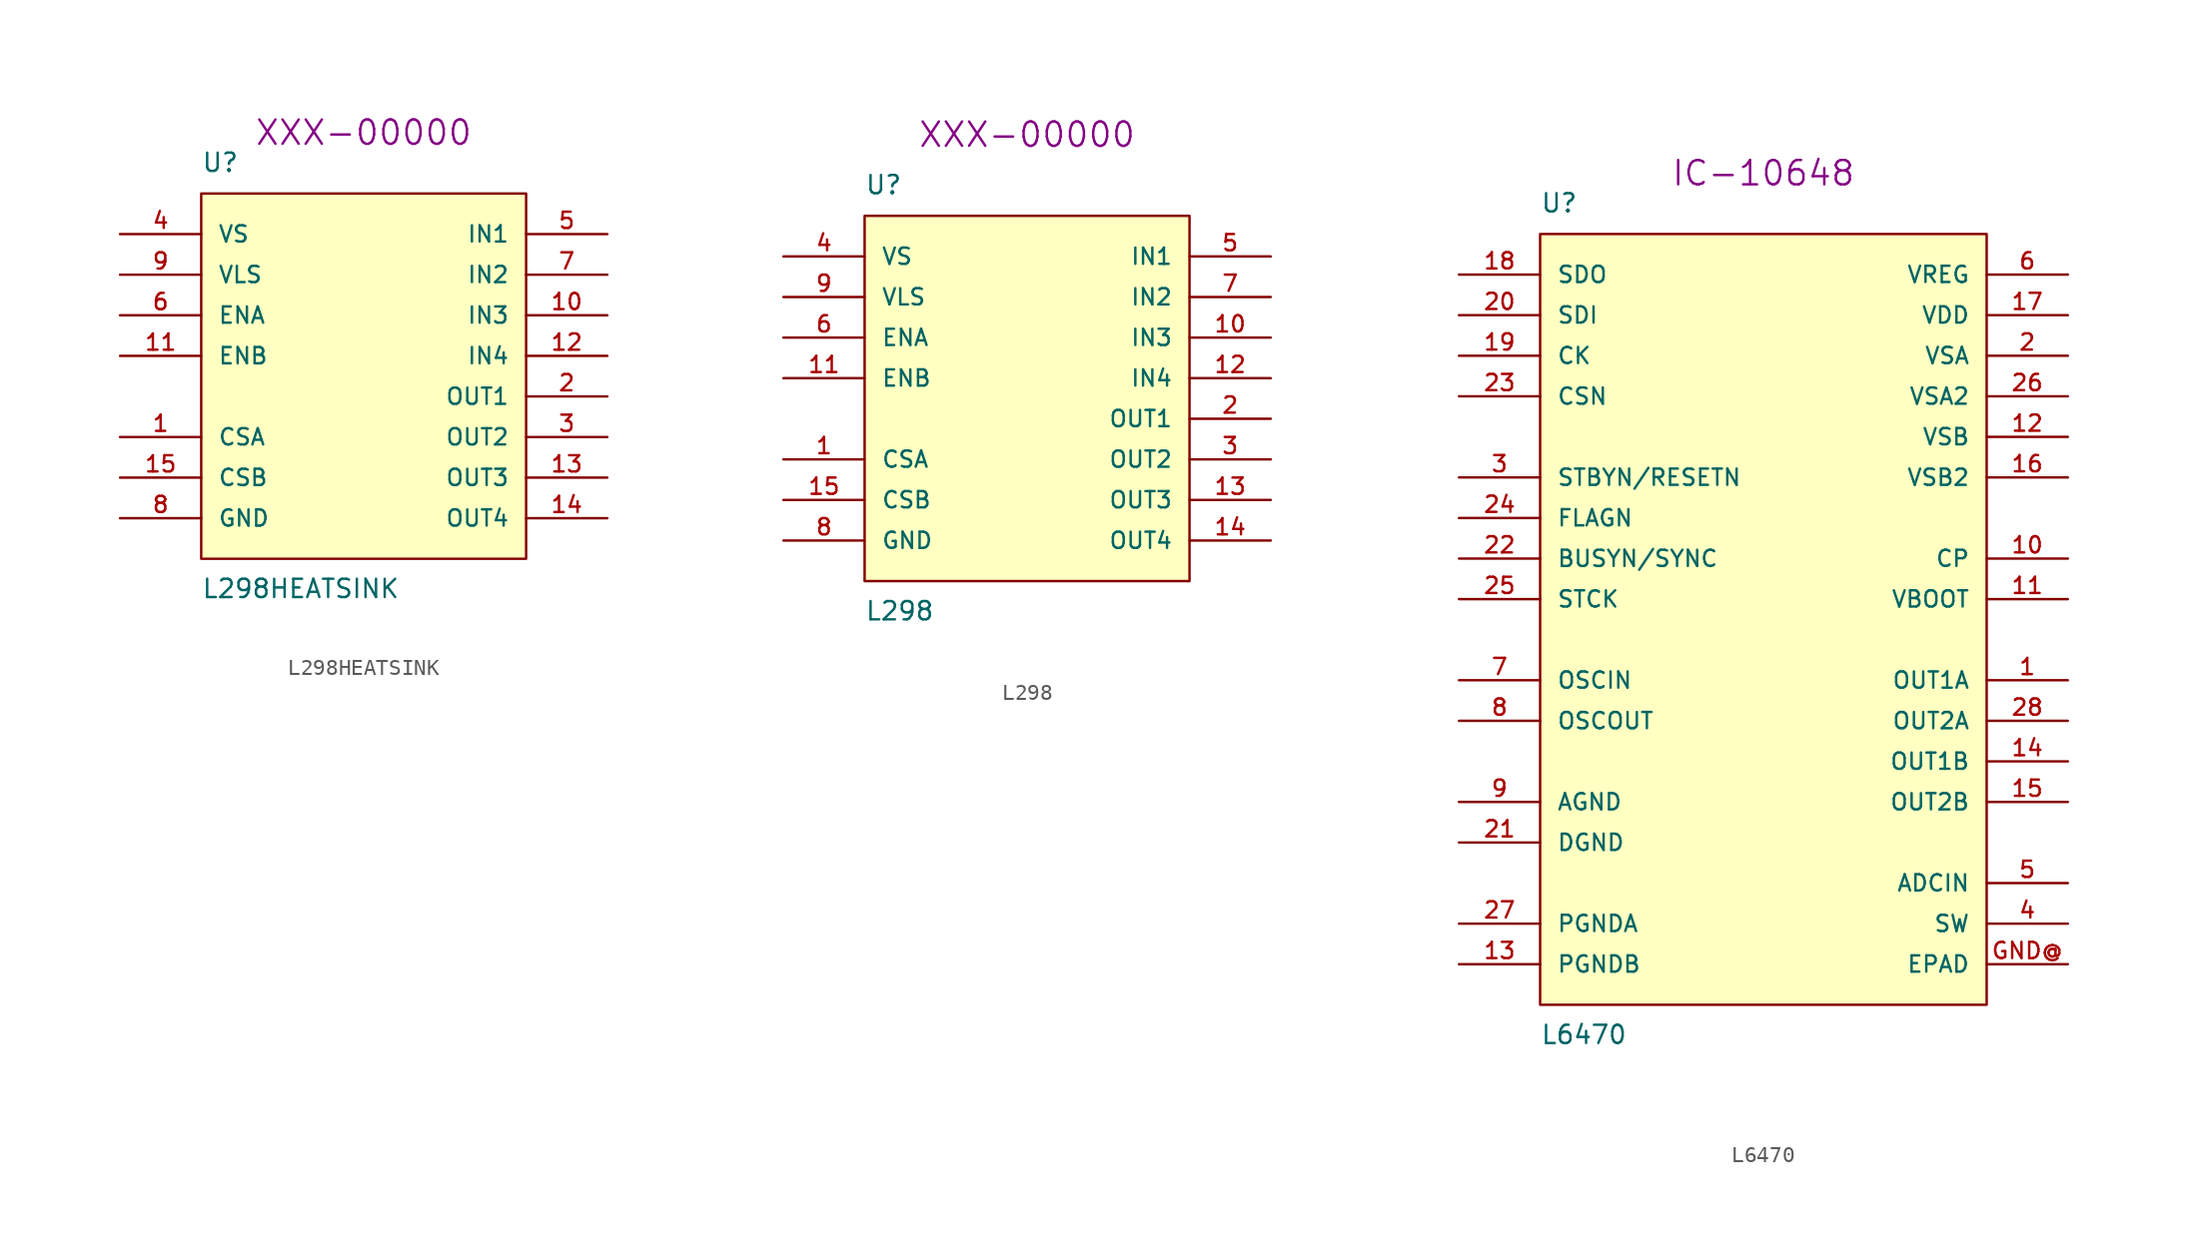
<source format=kicad_sym>
(kicad_symbol_lib
  (version 20201005)
  (generator kicad_symbol_editor)
  (symbol "L298HEATSINK"
    (pin_names
      (offset 1.016))
    (property "Reference" "U"
      (at -10.16 11.43 0)
      (effects (font (size 1.143 1.143)) (justify left bottom)))
    (property "Value" "L298HEATSINK"
      (at -10.16 -15.24 0)
      (effects (font (size 1.143 1.143)) (justify left bottom)))
    (property "Field4" "XXX-00000"
      (at 0 13.97 0)
      (effects (font (size 1.524 1.524))))
    (property "ki_locked" ""
      (at 0 0 0)
      (effects (font (size 1.27 1.27))))
    (symbol "L298HEATSINK_1_1"
      (polyline (pts (xy -10.16 -12.7) (xy -10.16 10.16) (xy 10.16 10.16) (xy 10.16 -12.7) (xy -10.16 -12.7)) (stroke (width 0)) (fill (type background)))
      (pin bidirectional line (at -15.24 -5.08 0) (length 5.08) (name "CSA" (effects (font (size 1.016 1.016)))) (number "1" (effects (font (size 1.016 1.016)))))
      (pin bidirectional line (at 15.24 -2.54 180) (length 5.08) (name "OUT1" (effects (font (size 1.016 1.016)))) (number "2" (effects (font (size 1.016 1.016)))))
      (pin bidirectional line (at 15.24 -5.08 180) (length 5.08) (name "OUT2" (effects (font (size 1.016 1.016)))) (number "3" (effects (font (size 1.016 1.016)))))
      (pin bidirectional line (at -15.24 7.62 0) (length 5.08) (name "VS" (effects (font (size 1.016 1.016)))) (number "4" (effects (font (size 1.016 1.016)))))
      (pin bidirectional line (at 15.24 7.62 180) (length 5.08) (name "IN1" (effects (font (size 1.016 1.016)))) (number "5" (effects (font (size 1.016 1.016)))))
      (pin bidirectional line (at -15.24 2.54 0) (length 5.08) (name "ENA" (effects (font (size 1.016 1.016)))) (number "6" (effects (font (size 1.016 1.016)))))
      (pin bidirectional line (at 15.24 5.08 180) (length 5.08) (name "IN2" (effects (font (size 1.016 1.016)))) (number "7" (effects (font (size 1.016 1.016)))))
      (pin bidirectional line (at -15.24 -10.16 0) (length 5.08) (name "GND" (effects (font (size 1.016 1.016)))) (number "8" (effects (font (size 1.016 1.016)))))
      (pin bidirectional line (at -15.24 5.08 0) (length 5.08) (name "VLS" (effects (font (size 1.016 1.016)))) (number "9" (effects (font (size 1.016 1.016)))))
      (pin bidirectional line (at 15.24 2.54 180) (length 5.08) (name "IN3" (effects (font (size 1.016 1.016)))) (number "10" (effects (font (size 1.016 1.016)))))
      (pin bidirectional line (at -15.24 0 0) (length 5.08) (name "ENB" (effects (font (size 1.016 1.016)))) (number "11" (effects (font (size 1.016 1.016)))))
      (pin bidirectional line (at 15.24 0 180) (length 5.08) (name "IN4" (effects (font (size 1.016 1.016)))) (number "12" (effects (font (size 1.016 1.016)))))
      (pin bidirectional line (at 15.24 -7.62 180) (length 5.08) (name "OUT3" (effects (font (size 1.016 1.016)))) (number "13" (effects (font (size 1.016 1.016)))))
      (pin bidirectional line (at 15.24 -10.16 180) (length 5.08) (name "OUT4" (effects (font (size 1.016 1.016)))) (number "14" (effects (font (size 1.016 1.016)))))
      (pin bidirectional line (at -15.24 -7.62 0) (length 5.08) (name "CSB" (effects (font (size 1.016 1.016)))) (number "15" (effects (font (size 1.016 1.016)))))))
  (symbol "L298"
    (pin_names
      (offset 1.016))
    (property "Reference" "U"
      (at -10.16 11.43 0)
      (effects (font (size 1.143 1.143)) (justify left bottom)))
    (property "Value" "L298"
      (at -10.16 -15.24 0)
      (effects (font (size 1.143 1.143)) (justify left bottom)))
    (property "Field4" "XXX-00000"
      (at 0 15.24 0)
      (effects (font (size 1.524 1.524))))
    (property "ki_locked" ""
      (at 0 0 0)
      (effects (font (size 1.27 1.27))))
    (symbol "L298_1_1"
      (polyline (pts (xy -10.16 -12.7) (xy -10.16 10.16) (xy 10.16 10.16) (xy 10.16 -12.7) (xy -10.16 -12.7)) (stroke (width 0)) (fill (type background)))
      (pin bidirectional line (at -15.24 -5.08 0) (length 5.08) (name "CSA" (effects (font (size 1.016 1.016)))) (number "1" (effects (font (size 1.016 1.016)))))
      (pin bidirectional line (at 15.24 -2.54 180) (length 5.08) (name "OUT1" (effects (font (size 1.016 1.016)))) (number "2" (effects (font (size 1.016 1.016)))))
      (pin bidirectional line (at 15.24 -5.08 180) (length 5.08) (name "OUT2" (effects (font (size 1.016 1.016)))) (number "3" (effects (font (size 1.016 1.016)))))
      (pin bidirectional line (at -15.24 7.62 0) (length 5.08) (name "VS" (effects (font (size 1.016 1.016)))) (number "4" (effects (font (size 1.016 1.016)))))
      (pin bidirectional line (at 15.24 7.62 180) (length 5.08) (name "IN1" (effects (font (size 1.016 1.016)))) (number "5" (effects (font (size 1.016 1.016)))))
      (pin bidirectional line (at -15.24 2.54 0) (length 5.08) (name "ENA" (effects (font (size 1.016 1.016)))) (number "6" (effects (font (size 1.016 1.016)))))
      (pin bidirectional line (at 15.24 5.08 180) (length 5.08) (name "IN2" (effects (font (size 1.016 1.016)))) (number "7" (effects (font (size 1.016 1.016)))))
      (pin bidirectional line (at -15.24 -10.16 0) (length 5.08) (name "GND" (effects (font (size 1.016 1.016)))) (number "8" (effects (font (size 1.016 1.016)))))
      (pin bidirectional line (at -15.24 5.08 0) (length 5.08) (name "VLS" (effects (font (size 1.016 1.016)))) (number "9" (effects (font (size 1.016 1.016)))))
      (pin bidirectional line (at 15.24 2.54 180) (length 5.08) (name "IN3" (effects (font (size 1.016 1.016)))) (number "10" (effects (font (size 1.016 1.016)))))
      (pin bidirectional line (at -15.24 0 0) (length 5.08) (name "ENB" (effects (font (size 1.016 1.016)))) (number "11" (effects (font (size 1.016 1.016)))))
      (pin bidirectional line (at 15.24 0 180) (length 5.08) (name "IN4" (effects (font (size 1.016 1.016)))) (number "12" (effects (font (size 1.016 1.016)))))
      (pin bidirectional line (at 15.24 -7.62 180) (length 5.08) (name "OUT3" (effects (font (size 1.016 1.016)))) (number "13" (effects (font (size 1.016 1.016)))))
      (pin bidirectional line (at 15.24 -10.16 180) (length 5.08) (name "OUT4" (effects (font (size 1.016 1.016)))) (number "14" (effects (font (size 1.016 1.016)))))
      (pin bidirectional line (at -15.24 -7.62 0) (length 5.08) (name "CSB" (effects (font (size 1.016 1.016)))) (number "15" (effects (font (size 1.016 1.016)))))))
  (symbol "L6470"
    (pin_names
      (offset 1.016))
    (property "Reference" "U"
      (at -13.97 25.4 0)
      (effects (font (size 1.143 1.143)) (justify left bottom)))
    (property "Value" "L6470"
      (at -13.97 -26.67 0)
      (effects (font (size 1.143 1.143)) (justify left bottom)))
    (property "Field4" "IC-10648"
      (at 0 27.94 0)
      (effects (font (size 1.524 1.524))))
    (property "ki_locked" ""
      (at 0 0 0)
      (effects (font (size 1.27 1.27))))
    (symbol "L6470_1_1"
      (polyline (pts (xy -13.97 24.13) (xy -13.97 -24.13) (xy 13.97 -24.13) (xy 13.97 24.13) (xy -13.97 24.13)) (stroke (width 0)) (fill (type background)))
      (pin bidirectional line (at 19.05 -3.81 180) (length 5.08) (name "OUT1A" (effects (font (size 1.016 1.016)))) (number "1" (effects (font (size 1.016 1.016)))))
      (pin bidirectional line (at 19.05 16.51 180) (length 5.08) (name "VSA" (effects (font (size 1.016 1.016)))) (number "2" (effects (font (size 1.016 1.016)))))
      (pin bidirectional line (at -19.05 8.89 0) (length 5.08) (name "STBYN/RESETN" (effects (font (size 1.016 1.016)))) (number "3" (effects (font (size 1.016 1.016)))))
      (pin bidirectional line (at 19.05 -19.05 180) (length 5.08) (name "SW" (effects (font (size 1.016 1.016)))) (number "4" (effects (font (size 1.016 1.016)))))
      (pin bidirectional line (at 19.05 -16.51 180) (length 5.08) (name "ADCIN" (effects (font (size 1.016 1.016)))) (number "5" (effects (font (size 1.016 1.016)))))
      (pin bidirectional line (at 19.05 21.59 180) (length 5.08) (name "VREG" (effects (font (size 1.016 1.016)))) (number "6" (effects (font (size 1.016 1.016)))))
      (pin bidirectional line (at -19.05 -3.81 0) (length 5.08) (name "OSCIN" (effects (font (size 1.016 1.016)))) (number "7" (effects (font (size 1.016 1.016)))))
      (pin bidirectional line (at -19.05 -6.35 0) (length 5.08) (name "OSCOUT" (effects (font (size 1.016 1.016)))) (number "8" (effects (font (size 1.016 1.016)))))
      (pin bidirectional line (at -19.05 -11.43 0) (length 5.08) (name "AGND" (effects (font (size 1.016 1.016)))) (number "9" (effects (font (size 1.016 1.016)))))
      (pin bidirectional line (at 19.05 3.81 180) (length 5.08) (name "CP" (effects (font (size 1.016 1.016)))) (number "10" (effects (font (size 1.016 1.016)))))
      (pin bidirectional line (at -19.05 19.05 0) (length 5.08) (name "SDI" (effects (font (size 1.016 1.016)))) (number "20" (effects (font (size 1.016 1.016)))))
      (pin bidirectional line (at 19.05 1.27 180) (length 5.08) (name "VBOOT" (effects (font (size 1.016 1.016)))) (number "11" (effects (font (size 1.016 1.016)))))
      (pin bidirectional line (at -19.05 -13.97 0) (length 5.08) (name "DGND" (effects (font (size 1.016 1.016)))) (number "21" (effects (font (size 1.016 1.016)))))
      (pin bidirectional line (at 19.05 11.43 180) (length 5.08) (name "VSB" (effects (font (size 1.016 1.016)))) (number "12" (effects (font (size 1.016 1.016)))))
      (pin bidirectional line (at -19.05 3.81 0) (length 5.08) (name "BUSYN/SYNC" (effects (font (size 1.016 1.016)))) (number "22" (effects (font (size 1.016 1.016)))))
      (pin bidirectional line (at -19.05 -21.59 0) (length 5.08) (name "PGNDB" (effects (font (size 1.016 1.016)))) (number "13" (effects (font (size 1.016 1.016)))))
      (pin bidirectional line (at -19.05 13.97 0) (length 5.08) (name "CSN" (effects (font (size 1.016 1.016)))) (number "23" (effects (font (size 1.016 1.016)))))
      (pin bidirectional line (at 19.05 -8.89 180) (length 5.08) (name "OUT1B" (effects (font (size 1.016 1.016)))) (number "14" (effects (font (size 1.016 1.016)))))
      (pin bidirectional line (at -19.05 6.35 0) (length 5.08) (name "FLAGN" (effects (font (size 1.016 1.016)))) (number "24" (effects (font (size 1.016 1.016)))))
      (pin bidirectional line (at 19.05 -11.43 180) (length 5.08) (name "OUT2B" (effects (font (size 1.016 1.016)))) (number "15" (effects (font (size 1.016 1.016)))))
      (pin bidirectional line (at -19.05 1.27 0) (length 5.08) (name "STCK" (effects (font (size 1.016 1.016)))) (number "25" (effects (font (size 1.016 1.016)))))
      (pin bidirectional line (at 19.05 8.89 180) (length 5.08) (name "VSB2" (effects (font (size 1.016 1.016)))) (number "16" (effects (font (size 1.016 1.016)))))
      (pin bidirectional line (at 19.05 13.97 180) (length 5.08) (name "VSA2" (effects (font (size 1.016 1.016)))) (number "26" (effects (font (size 1.016 1.016)))))
      (pin bidirectional line (at 19.05 19.05 180) (length 5.08) (name "VDD" (effects (font (size 1.016 1.016)))) (number "17" (effects (font (size 1.016 1.016)))))
      (pin bidirectional line (at -19.05 -19.05 0) (length 5.08) (name "PGNDA" (effects (font (size 1.016 1.016)))) (number "27" (effects (font (size 1.016 1.016)))))
      (pin bidirectional line (at -19.05 21.59 0) (length 5.08) (name "SDO" (effects (font (size 1.016 1.016)))) (number "18" (effects (font (size 1.016 1.016)))))
      (pin bidirectional line (at 19.05 -6.35 180) (length 5.08) (name "OUT2A" (effects (font (size 1.016 1.016)))) (number "28" (effects (font (size 1.016 1.016)))))
      (pin bidirectional line (at -19.05 16.51 0) (length 5.08) (name "CK" (effects (font (size 1.016 1.016)))) (number "19" (effects (font (size 1.016 1.016)))))
      (pin bidirectional line (at 19.05 -21.59 180) (length 5.08) (name "EPAD" (effects (font (size 1.016 1.016)))) (number "GND@" (effects (font (size 1.016 1.016))))))))
</source>
